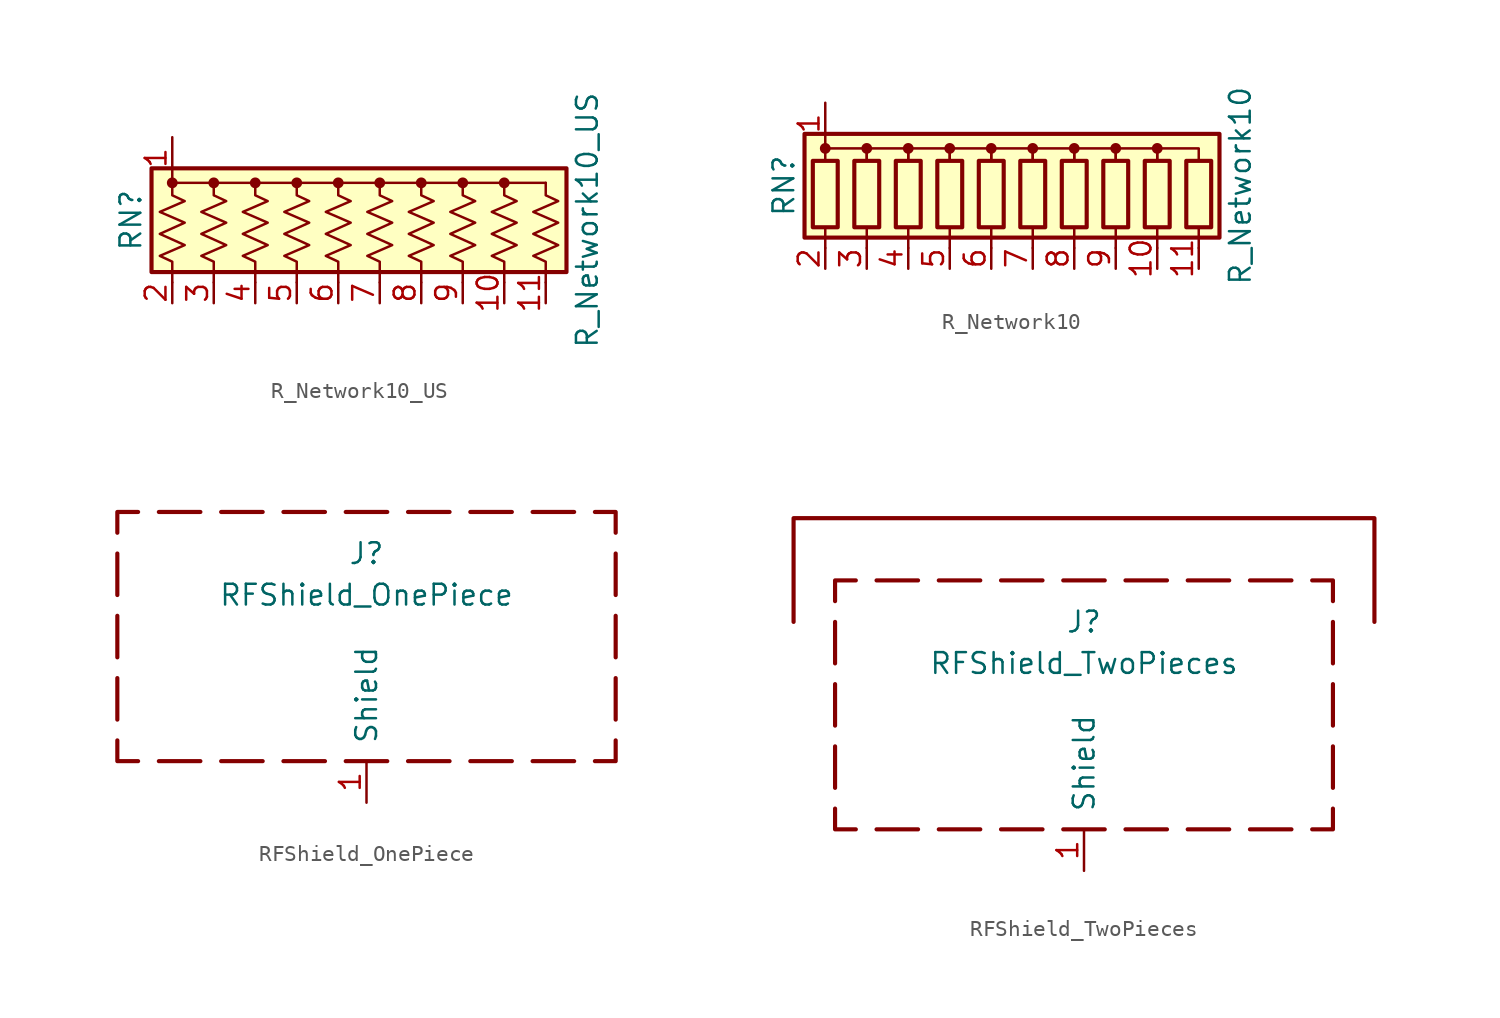
<source format=kicad_sym>
(kicad_symbol_lib
  (version 20241209)
  (generator "kicad_symbol_editor")
  (generator_version "9.0")
  (symbol "R_Network10_US"
    (pin_names
      (offset 0)
      (hide yes))
    (property "Reference" "RN"
      (at -15.24 0 90)
      (effects (font (size 1.27 1.27))))
    (property "Value" "R_Network10_US"
      (at 12.7 0 90)
      (effects (font (size 1.27 1.27))))
    (symbol "R_Network10_US_0_1"
      (rectangle (start -13.97 -3.175) (end 11.43 3.175) (stroke (width 0.254) (type solid)) (fill (type background)))
      (circle (center -12.7 2.286) (radius 0.254) (stroke (width 0) (type solid)) (fill (type outline)))
      (polyline (pts (xy -12.7 2.286) (xy 10.16 2.286)) (stroke (width 0) (type solid)) (fill (type none)))
      (polyline (pts (xy -12.7 2.286) (xy -12.7 1.524) (xy -11.938 1.168) (xy -13.462 0.508) (xy -11.938 -0.152) (xy -13.462 -0.838) (xy -11.938 -1.524) (xy -13.462 -2.184) (xy -12.7 -2.54) (xy -12.7 -3.81)) (stroke (width 0) (type solid)) (fill (type none)))
      (circle (center -10.16 2.286) (radius 0.254) (stroke (width 0) (type solid)) (fill (type outline)))
      (polyline (pts (xy -10.16 2.286) (xy -10.16 1.524) (xy -9.398 1.168) (xy -10.922 0.508) (xy -9.398 -0.152) (xy -10.922 -0.838) (xy -9.398 -1.524) (xy -10.922 -2.184) (xy -10.16 -2.54) (xy -10.16 -3.81)) (stroke (width 0) (type solid)) (fill (type none)))
      (circle (center -7.62 2.286) (radius 0.254) (stroke (width 0) (type solid)) (fill (type outline)))
      (polyline (pts (xy -7.62 2.286) (xy -7.62 1.524) (xy -6.858 1.168) (xy -8.382 0.508) (xy -6.858 -0.152) (xy -8.382 -0.838) (xy -6.858 -1.524) (xy -8.382 -2.184) (xy -7.62 -2.54) (xy -7.62 -3.81)) (stroke (width 0) (type solid)) (fill (type none)))
      (circle (center -5.08 2.286) (radius 0.254) (stroke (width 0) (type solid)) (fill (type outline)))
      (polyline (pts (xy -5.08 2.286) (xy -5.08 1.524) (xy -4.318 1.168) (xy -5.842 0.508) (xy -4.318 -0.152) (xy -5.842 -0.838) (xy -4.318 -1.524) (xy -5.842 -2.184) (xy -5.08 -2.54) (xy -5.08 -3.81)) (stroke (width 0) (type solid)) (fill (type none)))
      (circle (center -2.54 2.286) (radius 0.254) (stroke (width 0) (type solid)) (fill (type outline)))
      (polyline (pts (xy -2.54 2.286) (xy -2.54 1.524) (xy -1.778 1.168) (xy -3.302 0.508) (xy -1.778 -0.152) (xy -3.302 -0.838) (xy -1.778 -1.524) (xy -3.302 -2.184) (xy -2.54 -2.54) (xy -2.54 -3.81)) (stroke (width 0) (type solid)) (fill (type none)))
      (circle (center 0 2.286) (radius 0.254) (stroke (width 0) (type solid)) (fill (type outline)))
      (polyline (pts (xy 0 2.286) (xy 0 1.524) (xy 0.762 1.168) (xy -0.762 0.508) (xy 0.762 -0.152) (xy -0.762 -0.838) (xy 0.762 -1.524) (xy -0.762 -2.184) (xy 0 -2.54) (xy 0 -3.81)) (stroke (width 0) (type solid)) (fill (type none)))
      (polyline (pts (xy 2.54 2.286) (xy 2.54 1.524) (xy 3.302 1.168) (xy 1.778 0.508) (xy 3.302 -0.152) (xy 1.778 -0.838) (xy 3.302 -1.524) (xy 1.778 -2.184) (xy 2.54 -2.54) (xy 2.54 -3.81)) (stroke (width 0) (type solid)) (fill (type none)))
      (circle (center 2.54 2.286) (radius 0.254) (stroke (width 0) (type solid)) (fill (type outline)))
      (polyline (pts (xy 5.08 2.286) (xy 5.08 1.524) (xy 5.842 1.168) (xy 4.318 0.508) (xy 5.842 -0.152) (xy 4.318 -0.838) (xy 5.842 -1.524) (xy 4.318 -2.184) (xy 5.08 -2.54) (xy 5.08 -3.81)) (stroke (width 0) (type solid)) (fill (type none)))
      (circle (center 5.08 2.286) (radius 0.254) (stroke (width 0) (type solid)) (fill (type outline)))
      (polyline (pts (xy 7.62 2.286) (xy 7.62 1.524) (xy 8.382 1.168) (xy 6.858 0.508) (xy 8.382 -0.152) (xy 6.858 -0.838) (xy 8.382 -1.524) (xy 6.858 -2.184) (xy 7.62 -2.54) (xy 7.62 -3.81)) (stroke (width 0) (type solid)) (fill (type none)))
      (circle (center 7.62 2.286) (radius 0.254) (stroke (width 0) (type solid)) (fill (type outline)))
      (polyline (pts (xy 10.16 2.286) (xy 10.16 1.524) (xy 10.922 1.168) (xy 9.398 0.508) (xy 10.922 -0.152) (xy 9.398 -0.838) (xy 10.922 -1.524) (xy 9.398 -2.184) (xy 10.16 -2.54) (xy 10.16 -3.81)) (stroke (width 0) (type solid)) (fill (type none))))
    (symbol "R_Network10_US_1_1"
      (pin passive line (at -12.7 5.08 270) (length 2.54) (name "common" (effects (font (size 1.27 1.27)))) (number "1" (effects (font (size 1.27 1.27)))))
      (pin passive line (at -12.7 -5.08 90) (length 1.27) (name "R1" (effects (font (size 1.27 1.27)))) (number "2" (effects (font (size 1.27 1.27)))))
      (pin passive line (at -10.16 -5.08 90) (length 1.27) (name "R2" (effects (font (size 1.27 1.27)))) (number "3" (effects (font (size 1.27 1.27)))))
      (pin passive line (at -7.62 -5.08 90) (length 1.27) (name "R3" (effects (font (size 1.27 1.27)))) (number "4" (effects (font (size 1.27 1.27)))))
      (pin passive line (at -5.08 -5.08 90) (length 1.27) (name "R4" (effects (font (size 1.27 1.27)))) (number "5" (effects (font (size 1.27 1.27)))))
      (pin passive line (at -2.54 -5.08 90) (length 1.27) (name "R5" (effects (font (size 1.27 1.27)))) (number "6" (effects (font (size 1.27 1.27)))))
      (pin passive line (at 0 -5.08 90) (length 1.27) (name "R6" (effects (font (size 1.27 1.27)))) (number "7" (effects (font (size 1.27 1.27)))))
      (pin passive line (at 2.54 -5.08 90) (length 1.27) (name "R7" (effects (font (size 1.27 1.27)))) (number "8" (effects (font (size 1.27 1.27)))))
      (pin passive line (at 5.08 -5.08 90) (length 1.27) (name "R8" (effects (font (size 1.27 1.27)))) (number "9" (effects (font (size 1.27 1.27)))))
      (pin passive line (at 7.62 -5.08 90) (length 1.27) (name "R9" (effects (font (size 1.27 1.27)))) (number "10" (effects (font (size 1.27 1.27)))))
      (pin passive line (at 10.16 -5.08 90) (length 1.27) (name "R10" (effects (font (size 1.27 1.27)))) (number "11" (effects (font (size 1.27 1.27)))))))
  (symbol "R_Network10"
    (pin_names
      (offset 0)
      (hide yes))
    (property "Reference" "RN"
      (at -15.24 0 90)
      (effects (font (size 1.27 1.27))))
    (property "Value" "R_Network10"
      (at 12.7 0 90)
      (effects (font (size 1.27 1.27))))
    (symbol "R_Network10_0_1"
      (rectangle (start -13.97 -3.175) (end 11.43 3.175) (stroke (width 0.254) (type solid)) (fill (type background)))
      (rectangle (start -13.462 1.524) (end -11.938 -2.54) (stroke (width 0.254) (type solid)) (fill (type none)))
      (circle (center -12.7 2.286) (radius 0.254) (stroke (width 0) (type solid)) (fill (type outline)))
      (polyline (pts (xy -12.7 1.524) (xy -12.7 2.286) (xy -10.16 2.286) (xy -10.16 1.524)) (stroke (width 0) (type solid)) (fill (type none)))
      (polyline (pts (xy -12.7 -2.54) (xy -12.7 -3.81)) (stroke (width 0) (type solid)) (fill (type none)))
      (rectangle (start -10.922 1.524) (end -9.398 -2.54) (stroke (width 0.254) (type solid)) (fill (type none)))
      (circle (center -10.16 2.286) (radius 0.254) (stroke (width 0) (type solid)) (fill (type outline)))
      (polyline (pts (xy -10.16 1.524) (xy -10.16 2.286) (xy -7.62 2.286) (xy -7.62 1.524)) (stroke (width 0) (type solid)) (fill (type none)))
      (polyline (pts (xy -10.16 -2.54) (xy -10.16 -3.81)) (stroke (width 0) (type solid)) (fill (type none)))
      (rectangle (start -8.382 1.524) (end -6.858 -2.54) (stroke (width 0.254) (type solid)) (fill (type none)))
      (circle (center -7.62 2.286) (radius 0.254) (stroke (width 0) (type solid)) (fill (type outline)))
      (polyline (pts (xy -7.62 1.524) (xy -7.62 2.286) (xy -5.08 2.286) (xy -5.08 1.524)) (stroke (width 0) (type solid)) (fill (type none)))
      (polyline (pts (xy -7.62 -2.54) (xy -7.62 -3.81)) (stroke (width 0) (type solid)) (fill (type none)))
      (rectangle (start -5.842 1.524) (end -4.318 -2.54) (stroke (width 0.254) (type solid)) (fill (type none)))
      (circle (center -5.08 2.286) (radius 0.254) (stroke (width 0) (type solid)) (fill (type outline)))
      (polyline (pts (xy -5.08 1.524) (xy -5.08 2.286) (xy -2.54 2.286) (xy -2.54 1.524)) (stroke (width 0) (type solid)) (fill (type none)))
      (polyline (pts (xy -5.08 -2.54) (xy -5.08 -3.81)) (stroke (width 0) (type solid)) (fill (type none)))
      (rectangle (start -3.302 1.524) (end -1.778 -2.54) (stroke (width 0.254) (type solid)) (fill (type none)))
      (circle (center -2.54 2.286) (radius 0.254) (stroke (width 0) (type solid)) (fill (type outline)))
      (polyline (pts (xy -2.54 1.524) (xy -2.54 2.286) (xy 0 2.286) (xy 0 1.524)) (stroke (width 0) (type solid)) (fill (type none)))
      (polyline (pts (xy -2.54 -2.54) (xy -2.54 -3.81)) (stroke (width 0) (type solid)) (fill (type none)))
      (rectangle (start -0.762 1.524) (end 0.762 -2.54) (stroke (width 0.254) (type solid)) (fill (type none)))
      (circle (center 0 2.286) (radius 0.254) (stroke (width 0) (type solid)) (fill (type outline)))
      (polyline (pts (xy 0 1.524) (xy 0 2.286) (xy 2.54 2.286) (xy 2.54 1.524)) (stroke (width 0) (type solid)) (fill (type none)))
      (polyline (pts (xy 0 -2.54) (xy 0 -3.81)) (stroke (width 0) (type solid)) (fill (type none)))
      (rectangle (start 1.778 1.524) (end 3.302 -2.54) (stroke (width 0.254) (type solid)) (fill (type none)))
      (circle (center 2.54 2.286) (radius 0.254) (stroke (width 0) (type solid)) (fill (type outline)))
      (polyline (pts (xy 2.54 1.524) (xy 2.54 2.286) (xy 5.08 2.286) (xy 5.08 1.524)) (stroke (width 0) (type solid)) (fill (type none)))
      (polyline (pts (xy 2.54 -2.54) (xy 2.54 -3.81)) (stroke (width 0) (type solid)) (fill (type none)))
      (rectangle (start 4.318 1.524) (end 5.842 -2.54) (stroke (width 0.254) (type solid)) (fill (type none)))
      (circle (center 5.08 2.286) (radius 0.254) (stroke (width 0) (type solid)) (fill (type outline)))
      (polyline (pts (xy 5.08 1.524) (xy 5.08 2.286) (xy 7.62 2.286) (xy 7.62 1.524)) (stroke (width 0) (type solid)) (fill (type none)))
      (polyline (pts (xy 5.08 -2.54) (xy 5.08 -3.81)) (stroke (width 0) (type solid)) (fill (type none)))
      (rectangle (start 6.858 1.524) (end 8.382 -2.54) (stroke (width 0.254) (type solid)) (fill (type none)))
      (circle (center 7.62 2.286) (radius 0.254) (stroke (width 0) (type solid)) (fill (type outline)))
      (polyline (pts (xy 7.62 1.524) (xy 7.62 2.286) (xy 10.16 2.286) (xy 10.16 1.524)) (stroke (width 0) (type solid)) (fill (type none)))
      (polyline (pts (xy 7.62 -2.54) (xy 7.62 -3.81)) (stroke (width 0) (type solid)) (fill (type none)))
      (rectangle (start 9.398 1.524) (end 10.922 -2.54) (stroke (width 0.254) (type solid)) (fill (type none)))
      (polyline (pts (xy 10.16 -2.54) (xy 10.16 -3.81)) (stroke (width 0) (type solid)) (fill (type none))))
    (symbol "R_Network10_1_1"
      (pin passive line (at -12.7 5.08 270) (length 2.54) (name "common" (effects (font (size 1.27 1.27)))) (number "1" (effects (font (size 1.27 1.27)))))
      (pin passive line (at -12.7 -5.08 90) (length 1.27) (name "R1" (effects (font (size 1.27 1.27)))) (number "2" (effects (font (size 1.27 1.27)))))
      (pin passive line (at -10.16 -5.08 90) (length 1.27) (name "R2" (effects (font (size 1.27 1.27)))) (number "3" (effects (font (size 1.27 1.27)))))
      (pin passive line (at -7.62 -5.08 90) (length 1.27) (name "R3" (effects (font (size 1.27 1.27)))) (number "4" (effects (font (size 1.27 1.27)))))
      (pin passive line (at -5.08 -5.08 90) (length 1.27) (name "R4" (effects (font (size 1.27 1.27)))) (number "5" (effects (font (size 1.27 1.27)))))
      (pin passive line (at -2.54 -5.08 90) (length 1.27) (name "R5" (effects (font (size 1.27 1.27)))) (number "6" (effects (font (size 1.27 1.27)))))
      (pin passive line (at 0 -5.08 90) (length 1.27) (name "R6" (effects (font (size 1.27 1.27)))) (number "7" (effects (font (size 1.27 1.27)))))
      (pin passive line (at 2.54 -5.08 90) (length 1.27) (name "R7" (effects (font (size 1.27 1.27)))) (number "8" (effects (font (size 1.27 1.27)))))
      (pin passive line (at 5.08 -5.08 90) (length 1.27) (name "R8" (effects (font (size 1.27 1.27)))) (number "9" (effects (font (size 1.27 1.27)))))
      (pin passive line (at 7.62 -5.08 90) (length 1.27) (name "R9" (effects (font (size 1.27 1.27)))) (number "10" (effects (font (size 1.27 1.27)))))
      (pin passive line (at 10.16 -5.08 90) (length 1.27) (name "R10" (effects (font (size 1.27 1.27)))) (number "11" (effects (font (size 1.27 1.27)))))))
  (symbol "RFShield_OnePiece"
    (pin_names
      (offset 1.016))
    (property "Reference" "J"
      (at 0 5.08 0)
      (effects (font (size 1.27 1.27))))
    (property "Value" "RFShield_OnePiece"
      (at 0 2.54 0)
      (effects (font (size 1.27 1.27))))
    (symbol "RFShield_OnePiece_0_1"
      (polyline (pts (xy -15.24 6.35) (xy -15.24 7.62) (xy -13.97 7.62)) (stroke (width 0.254) (type solid)) (fill (type none)))
      (polyline (pts (xy -15.24 2.54) (xy -15.24 5.08)) (stroke (width 0.254) (type solid)) (fill (type none)))
      (polyline (pts (xy -15.24 -1.27) (xy -15.24 1.27)) (stroke (width 0.254) (type solid)) (fill (type none)))
      (polyline (pts (xy -15.24 -5.08) (xy -15.24 -2.54)) (stroke (width 0.254) (type solid)) (fill (type none)))
      (polyline (pts (xy -13.97 -7.62) (xy -15.24 -7.62) (xy -15.24 -6.35)) (stroke (width 0.254) (type solid)) (fill (type none)))
      (polyline (pts (xy -12.7 7.62) (xy -10.16 7.62)) (stroke (width 0.254) (type solid)) (fill (type none)))
      (polyline (pts (xy -10.16 -7.62) (xy -12.7 -7.62)) (stroke (width 0.254) (type solid)) (fill (type none)))
      (polyline (pts (xy -6.35 7.62) (xy -8.89 7.62)) (stroke (width 0.254) (type solid)) (fill (type none)))
      (polyline (pts (xy -6.35 -7.62) (xy -8.89 -7.62)) (stroke (width 0.254) (type solid)) (fill (type none)))
      (polyline (pts (xy -2.54 7.62) (xy -5.08 7.62)) (stroke (width 0.254) (type solid)) (fill (type none)))
      (polyline (pts (xy -2.54 -7.62) (xy -5.08 -7.62)) (stroke (width 0.254) (type solid)) (fill (type none)))
      (polyline (pts (xy -1.27 -7.62) (xy 1.27 -7.62)) (stroke (width 0.254) (type solid)) (fill (type none)))
      (polyline (pts (xy 1.27 7.62) (xy -1.27 7.62)) (stroke (width 0.254) (type solid)) (fill (type none)))
      (polyline (pts (xy 2.54 -7.62) (xy 5.08 -7.62)) (stroke (width 0.254) (type solid)) (fill (type none)))
      (polyline (pts (xy 5.08 7.62) (xy 2.54 7.62)) (stroke (width 0.254) (type solid)) (fill (type none)))
      (polyline (pts (xy 6.35 -7.62) (xy 8.89 -7.62)) (stroke (width 0.254) (type solid)) (fill (type none)))
      (polyline (pts (xy 8.89 7.62) (xy 6.35 7.62)) (stroke (width 0.254) (type solid)) (fill (type none)))
      (polyline (pts (xy 10.16 -7.62) (xy 12.7 -7.62)) (stroke (width 0.254) (type solid)) (fill (type none)))
      (polyline (pts (xy 12.7 7.62) (xy 10.16 7.62)) (stroke (width 0.254) (type solid)) (fill (type none)))
      (polyline (pts (xy 13.97 -7.62) (xy 15.24 -7.62) (xy 15.24 -6.35)) (stroke (width 0.254) (type solid)) (fill (type none)))
      (polyline (pts (xy 15.24 6.35) (xy 15.24 7.62) (xy 13.97 7.62)) (stroke (width 0.254) (type solid)) (fill (type none)))
      (polyline (pts (xy 15.24 2.54) (xy 15.24 5.08)) (stroke (width 0.254) (type solid)) (fill (type none)))
      (polyline (pts (xy 15.24 -1.27) (xy 15.24 1.27)) (stroke (width 0.254) (type solid)) (fill (type none)))
      (polyline (pts (xy 15.24 -5.08) (xy 15.24 -2.54)) (stroke (width 0.254) (type solid)) (fill (type none))))
    (symbol "RFShield_OnePiece_1_1"
      (pin passive line (at 0 -10.16 90) (length 2.54) (name "Shield" (effects (font (size 1.27 1.27)))) (number "1" (effects (font (size 1.27 1.27)))))))
  (symbol "RFShield_TwoPieces"
    (pin_names
      (offset 1.016))
    (property "Reference" "J"
      (at 0 5.08 0)
      (effects (font (size 1.27 1.27))))
    (property "Value" "RFShield_TwoPieces"
      (at 0 2.54 0)
      (effects (font (size 1.27 1.27))))
    (symbol "RFShield_TwoPieces_0_1"
      (polyline (pts (xy -17.78 5.08) (xy -17.78 11.43) (xy 17.78 11.43) (xy 17.78 5.08)) (stroke (width 0.254) (type solid)) (fill (type none)))
      (polyline (pts (xy -15.24 6.35) (xy -15.24 7.62) (xy -13.97 7.62)) (stroke (width 0.254) (type solid)) (fill (type none)))
      (polyline (pts (xy -15.24 2.54) (xy -15.24 5.08)) (stroke (width 0.254) (type solid)) (fill (type none)))
      (polyline (pts (xy -15.24 -1.27) (xy -15.24 1.27)) (stroke (width 0.254) (type solid)) (fill (type none)))
      (polyline (pts (xy -15.24 -5.08) (xy -15.24 -2.54)) (stroke (width 0.254) (type solid)) (fill (type none)))
      (polyline (pts (xy -13.97 -7.62) (xy -15.24 -7.62) (xy -15.24 -6.35)) (stroke (width 0.254) (type solid)) (fill (type none)))
      (polyline (pts (xy -12.7 7.62) (xy -10.16 7.62)) (stroke (width 0.254) (type solid)) (fill (type none)))
      (polyline (pts (xy -10.16 -7.62) (xy -12.7 -7.62)) (stroke (width 0.254) (type solid)) (fill (type none)))
      (polyline (pts (xy -6.35 7.62) (xy -8.89 7.62)) (stroke (width 0.254) (type solid)) (fill (type none)))
      (polyline (pts (xy -6.35 -7.62) (xy -8.89 -7.62)) (stroke (width 0.254) (type solid)) (fill (type none)))
      (polyline (pts (xy -2.54 7.62) (xy -5.08 7.62)) (stroke (width 0.254) (type solid)) (fill (type none)))
      (polyline (pts (xy -2.54 -7.62) (xy -5.08 -7.62)) (stroke (width 0.254) (type solid)) (fill (type none)))
      (polyline (pts (xy -1.27 -7.62) (xy 1.27 -7.62)) (stroke (width 0.254) (type solid)) (fill (type none)))
      (polyline (pts (xy 1.27 7.62) (xy -1.27 7.62)) (stroke (width 0.254) (type solid)) (fill (type none)))
      (polyline (pts (xy 2.54 -7.62) (xy 5.08 -7.62)) (stroke (width 0.254) (type solid)) (fill (type none)))
      (polyline (pts (xy 5.08 7.62) (xy 2.54 7.62)) (stroke (width 0.254) (type solid)) (fill (type none)))
      (polyline (pts (xy 6.35 -7.62) (xy 8.89 -7.62)) (stroke (width 0.254) (type solid)) (fill (type none)))
      (polyline (pts (xy 8.89 7.62) (xy 6.35 7.62)) (stroke (width 0.254) (type solid)) (fill (type none)))
      (polyline (pts (xy 10.16 -7.62) (xy 12.7 -7.62)) (stroke (width 0.254) (type solid)) (fill (type none)))
      (polyline (pts (xy 12.7 7.62) (xy 10.16 7.62)) (stroke (width 0.254) (type solid)) (fill (type none)))
      (polyline (pts (xy 13.97 -7.62) (xy 15.24 -7.62) (xy 15.24 -6.35)) (stroke (width 0.254) (type solid)) (fill (type none)))
      (polyline (pts (xy 15.24 6.35) (xy 15.24 7.62) (xy 13.97 7.62)) (stroke (width 0.254) (type solid)) (fill (type none)))
      (polyline (pts (xy 15.24 2.54) (xy 15.24 5.08)) (stroke (width 0.254) (type solid)) (fill (type none)))
      (polyline (pts (xy 15.24 -1.27) (xy 15.24 1.27)) (stroke (width 0.254) (type solid)) (fill (type none)))
      (polyline (pts (xy 15.24 -5.08) (xy 15.24 -2.54)) (stroke (width 0.254) (type solid)) (fill (type none))))
    (symbol "RFShield_TwoPieces_1_1"
      (pin passive line (at 0 -10.16 90) (length 2.54) (name "Shield" (effects (font (size 1.27 1.27)))) (number "1" (effects (font (size 1.27 1.27))))))))
</source>
